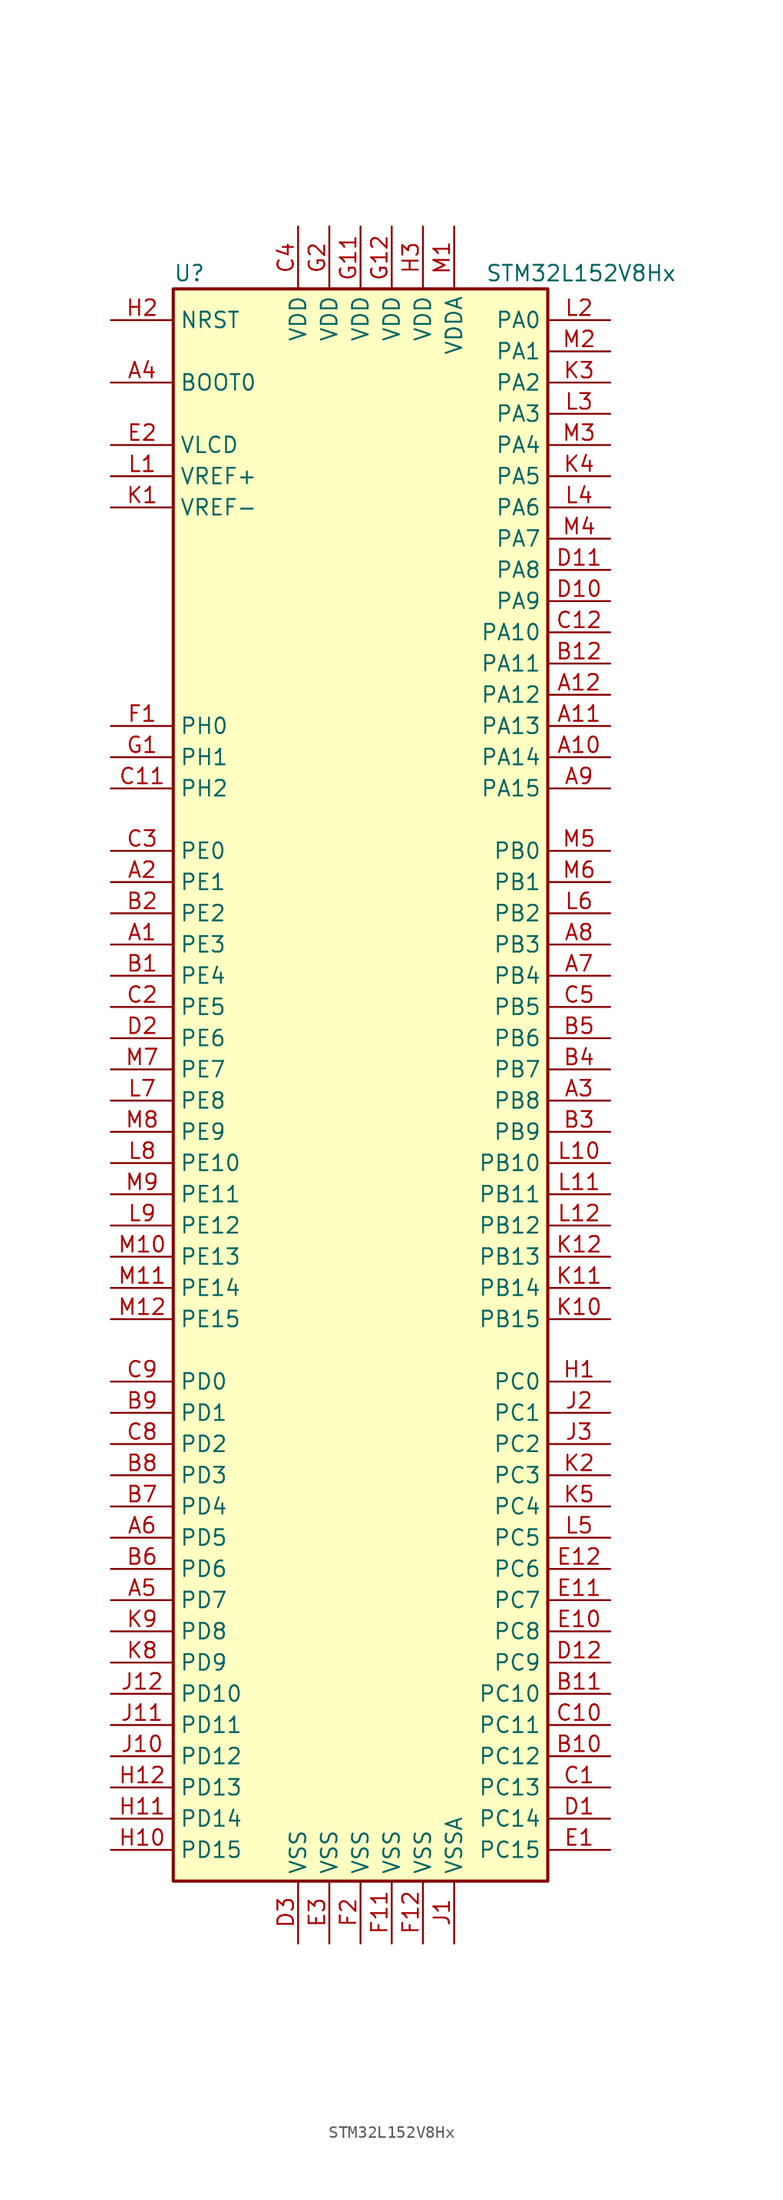
<source format=kicad_sym>
(kicad_symbol_lib
  (version 20201005)
  (generator kicad_symbol_editor)
  (symbol "MCU_ST_STM32L1:STM32L152V8Hx"
    (property "Reference" "U"
      (at -15.24 64.77 0)
      (effects (font (size 1.27 1.27)) (justify left)))
    (property "Value" "STM32L152V8Hx"
      (at 10.16 64.77 0)
      (effects (font (size 1.27 1.27)) (justify left)))
    (symbol "STM32L152V8Hx_0_1"
      (rectangle (start -15.24 -66.04) (end 15.24 63.5) (stroke (width 0.254)) (fill (type background))))
    (symbol "STM32L152V8Hx_1_1"
      (pin input line (at -20.32 55.88 0) (length 5.08) (name "BOOT0" (effects (font (size 1.27 1.27)))) (number "A4" (effects (font (size 1.27 1.27)))))
      (pin input line (at -20.32 60.96 0) (length 5.08) (name "NRST" (effects (font (size 1.27 1.27)))) (number "H2" (effects (font (size 1.27 1.27)))))
      (pin bidirectional line (at 20.32 60.96 180) (length 5.08) (name "PA0" (effects (font (size 1.27 1.27)))) (number "L2" (effects (font (size 1.27 1.27)))))
      (pin bidirectional line (at 20.32 58.42 180) (length 5.08) (name "PA1" (effects (font (size 1.27 1.27)))) (number "M2" (effects (font (size 1.27 1.27)))))
      (pin bidirectional line (at 20.32 35.56 180) (length 5.08) (name "PA10" (effects (font (size 1.27 1.27)))) (number "C12" (effects (font (size 1.27 1.27)))))
      (pin bidirectional line (at 20.32 33.02 180) (length 5.08) (name "PA11" (effects (font (size 1.27 1.27)))) (number "B12" (effects (font (size 1.27 1.27)))))
      (pin bidirectional line (at 20.32 30.48 180) (length 5.08) (name "PA12" (effects (font (size 1.27 1.27)))) (number "A12" (effects (font (size 1.27 1.27)))))
      (pin bidirectional line (at 20.32 27.94 180) (length 5.08) (name "PA13" (effects (font (size 1.27 1.27)))) (number "A11" (effects (font (size 1.27 1.27)))))
      (pin bidirectional line (at 20.32 25.4 180) (length 5.08) (name "PA14" (effects (font (size 1.27 1.27)))) (number "A10" (effects (font (size 1.27 1.27)))))
      (pin bidirectional line (at 20.32 22.86 180) (length 5.08) (name "PA15" (effects (font (size 1.27 1.27)))) (number "A9" (effects (font (size 1.27 1.27)))))
      (pin bidirectional line (at 20.32 55.88 180) (length 5.08) (name "PA2" (effects (font (size 1.27 1.27)))) (number "K3" (effects (font (size 1.27 1.27)))))
      (pin bidirectional line (at 20.32 53.34 180) (length 5.08) (name "PA3" (effects (font (size 1.27 1.27)))) (number "L3" (effects (font (size 1.27 1.27)))))
      (pin bidirectional line (at 20.32 50.8 180) (length 5.08) (name "PA4" (effects (font (size 1.27 1.27)))) (number "M3" (effects (font (size 1.27 1.27)))))
      (pin bidirectional line (at 20.32 48.26 180) (length 5.08) (name "PA5" (effects (font (size 1.27 1.27)))) (number "K4" (effects (font (size 1.27 1.27)))))
      (pin bidirectional line (at 20.32 45.72 180) (length 5.08) (name "PA6" (effects (font (size 1.27 1.27)))) (number "L4" (effects (font (size 1.27 1.27)))))
      (pin bidirectional line (at 20.32 43.18 180) (length 5.08) (name "PA7" (effects (font (size 1.27 1.27)))) (number "M4" (effects (font (size 1.27 1.27)))))
      (pin bidirectional line (at 20.32 40.64 180) (length 5.08) (name "PA8" (effects (font (size 1.27 1.27)))) (number "D11" (effects (font (size 1.27 1.27)))))
      (pin bidirectional line (at 20.32 38.1 180) (length 5.08) (name "PA9" (effects (font (size 1.27 1.27)))) (number "D10" (effects (font (size 1.27 1.27)))))
      (pin bidirectional line (at 20.32 17.78 180) (length 5.08) (name "PB0" (effects (font (size 1.27 1.27)))) (number "M5" (effects (font (size 1.27 1.27)))))
      (pin bidirectional line (at 20.32 15.24 180) (length 5.08) (name "PB1" (effects (font (size 1.27 1.27)))) (number "M6" (effects (font (size 1.27 1.27)))))
      (pin bidirectional line (at 20.32 -7.62 180) (length 5.08) (name "PB10" (effects (font (size 1.27 1.27)))) (number "L10" (effects (font (size 1.27 1.27)))))
      (pin bidirectional line (at 20.32 -10.16 180) (length 5.08) (name "PB11" (effects (font (size 1.27 1.27)))) (number "L11" (effects (font (size 1.27 1.27)))))
      (pin bidirectional line (at 20.32 -12.7 180) (length 5.08) (name "PB12" (effects (font (size 1.27 1.27)))) (number "L12" (effects (font (size 1.27 1.27)))))
      (pin bidirectional line (at 20.32 -15.24 180) (length 5.08) (name "PB13" (effects (font (size 1.27 1.27)))) (number "K12" (effects (font (size 1.27 1.27)))))
      (pin bidirectional line (at 20.32 -17.78 180) (length 5.08) (name "PB14" (effects (font (size 1.27 1.27)))) (number "K11" (effects (font (size 1.27 1.27)))))
      (pin bidirectional line (at 20.32 -20.32 180) (length 5.08) (name "PB15" (effects (font (size 1.27 1.27)))) (number "K10" (effects (font (size 1.27 1.27)))))
      (pin bidirectional line (at 20.32 12.7 180) (length 5.08) (name "PB2" (effects (font (size 1.27 1.27)))) (number "L6" (effects (font (size 1.27 1.27)))))
      (pin bidirectional line (at 20.32 10.16 180) (length 5.08) (name "PB3" (effects (font (size 1.27 1.27)))) (number "A8" (effects (font (size 1.27 1.27)))))
      (pin bidirectional line (at 20.32 7.62 180) (length 5.08) (name "PB4" (effects (font (size 1.27 1.27)))) (number "A7" (effects (font (size 1.27 1.27)))))
      (pin bidirectional line (at 20.32 5.08 180) (length 5.08) (name "PB5" (effects (font (size 1.27 1.27)))) (number "C5" (effects (font (size 1.27 1.27)))))
      (pin bidirectional line (at 20.32 2.54 180) (length 5.08) (name "PB6" (effects (font (size 1.27 1.27)))) (number "B5" (effects (font (size 1.27 1.27)))))
      (pin bidirectional line (at 20.32 0 180) (length 5.08) (name "PB7" (effects (font (size 1.27 1.27)))) (number "B4" (effects (font (size 1.27 1.27)))))
      (pin bidirectional line (at 20.32 -2.54 180) (length 5.08) (name "PB8" (effects (font (size 1.27 1.27)))) (number "A3" (effects (font (size 1.27 1.27)))))
      (pin bidirectional line (at 20.32 -5.08 180) (length 5.08) (name "PB9" (effects (font (size 1.27 1.27)))) (number "B3" (effects (font (size 1.27 1.27)))))
      (pin bidirectional line (at 20.32 -25.4 180) (length 5.08) (name "PC0" (effects (font (size 1.27 1.27)))) (number "H1" (effects (font (size 1.27 1.27)))))
      (pin bidirectional line (at 20.32 -27.94 180) (length 5.08) (name "PC1" (effects (font (size 1.27 1.27)))) (number "J2" (effects (font (size 1.27 1.27)))))
      (pin bidirectional line (at 20.32 -50.8 180) (length 5.08) (name "PC10" (effects (font (size 1.27 1.27)))) (number "B11" (effects (font (size 1.27 1.27)))))
      (pin bidirectional line (at 20.32 -53.34 180) (length 5.08) (name "PC11" (effects (font (size 1.27 1.27)))) (number "C10" (effects (font (size 1.27 1.27)))))
      (pin bidirectional line (at 20.32 -55.88 180) (length 5.08) (name "PC12" (effects (font (size 1.27 1.27)))) (number "B10" (effects (font (size 1.27 1.27)))))
      (pin bidirectional line (at 20.32 -58.42 180) (length 5.08) (name "PC13" (effects (font (size 1.27 1.27)))) (number "C1" (effects (font (size 1.27 1.27)))))
      (pin bidirectional line (at 20.32 -60.96 180) (length 5.08) (name "PC14" (effects (font (size 1.27 1.27)))) (number "D1" (effects (font (size 1.27 1.27)))))
      (pin bidirectional line (at 20.32 -63.5 180) (length 5.08) (name "PC15" (effects (font (size 1.27 1.27)))) (number "E1" (effects (font (size 1.27 1.27)))))
      (pin bidirectional line (at 20.32 -30.48 180) (length 5.08) (name "PC2" (effects (font (size 1.27 1.27)))) (number "J3" (effects (font (size 1.27 1.27)))))
      (pin bidirectional line (at 20.32 -33.02 180) (length 5.08) (name "PC3" (effects (font (size 1.27 1.27)))) (number "K2" (effects (font (size 1.27 1.27)))))
      (pin bidirectional line (at 20.32 -35.56 180) (length 5.08) (name "PC4" (effects (font (size 1.27 1.27)))) (number "K5" (effects (font (size 1.27 1.27)))))
      (pin bidirectional line (at 20.32 -38.1 180) (length 5.08) (name "PC5" (effects (font (size 1.27 1.27)))) (number "L5" (effects (font (size 1.27 1.27)))))
      (pin bidirectional line (at 20.32 -40.64 180) (length 5.08) (name "PC6" (effects (font (size 1.27 1.27)))) (number "E12" (effects (font (size 1.27 1.27)))))
      (pin bidirectional line (at 20.32 -43.18 180) (length 5.08) (name "PC7" (effects (font (size 1.27 1.27)))) (number "E11" (effects (font (size 1.27 1.27)))))
      (pin bidirectional line (at 20.32 -45.72 180) (length 5.08) (name "PC8" (effects (font (size 1.27 1.27)))) (number "E10" (effects (font (size 1.27 1.27)))))
      (pin bidirectional line (at 20.32 -48.26 180) (length 5.08) (name "PC9" (effects (font (size 1.27 1.27)))) (number "D12" (effects (font (size 1.27 1.27)))))
      (pin bidirectional line (at -20.32 -25.4 0) (length 5.08) (name "PD0" (effects (font (size 1.27 1.27)))) (number "C9" (effects (font (size 1.27 1.27)))))
      (pin bidirectional line (at -20.32 -27.94 0) (length 5.08) (name "PD1" (effects (font (size 1.27 1.27)))) (number "B9" (effects (font (size 1.27 1.27)))))
      (pin bidirectional line (at -20.32 -50.8 0) (length 5.08) (name "PD10" (effects (font (size 1.27 1.27)))) (number "J12" (effects (font (size 1.27 1.27)))))
      (pin bidirectional line (at -20.32 -53.34 0) (length 5.08) (name "PD11" (effects (font (size 1.27 1.27)))) (number "J11" (effects (font (size 1.27 1.27)))))
      (pin bidirectional line (at -20.32 -55.88 0) (length 5.08) (name "PD12" (effects (font (size 1.27 1.27)))) (number "J10" (effects (font (size 1.27 1.27)))))
      (pin bidirectional line (at -20.32 -58.42 0) (length 5.08) (name "PD13" (effects (font (size 1.27 1.27)))) (number "H12" (effects (font (size 1.27 1.27)))))
      (pin bidirectional line (at -20.32 -60.96 0) (length 5.08) (name "PD14" (effects (font (size 1.27 1.27)))) (number "H11" (effects (font (size 1.27 1.27)))))
      (pin bidirectional line (at -20.32 -63.5 0) (length 5.08) (name "PD15" (effects (font (size 1.27 1.27)))) (number "H10" (effects (font (size 1.27 1.27)))))
      (pin bidirectional line (at -20.32 -30.48 0) (length 5.08) (name "PD2" (effects (font (size 1.27 1.27)))) (number "C8" (effects (font (size 1.27 1.27)))))
      (pin bidirectional line (at -20.32 -33.02 0) (length 5.08) (name "PD3" (effects (font (size 1.27 1.27)))) (number "B8" (effects (font (size 1.27 1.27)))))
      (pin bidirectional line (at -20.32 -35.56 0) (length 5.08) (name "PD4" (effects (font (size 1.27 1.27)))) (number "B7" (effects (font (size 1.27 1.27)))))
      (pin bidirectional line (at -20.32 -38.1 0) (length 5.08) (name "PD5" (effects (font (size 1.27 1.27)))) (number "A6" (effects (font (size 1.27 1.27)))))
      (pin bidirectional line (at -20.32 -40.64 0) (length 5.08) (name "PD6" (effects (font (size 1.27 1.27)))) (number "B6" (effects (font (size 1.27 1.27)))))
      (pin bidirectional line (at -20.32 -43.18 0) (length 5.08) (name "PD7" (effects (font (size 1.27 1.27)))) (number "A5" (effects (font (size 1.27 1.27)))))
      (pin bidirectional line (at -20.32 -45.72 0) (length 5.08) (name "PD8" (effects (font (size 1.27 1.27)))) (number "K9" (effects (font (size 1.27 1.27)))))
      (pin bidirectional line (at -20.32 -48.26 0) (length 5.08) (name "PD9" (effects (font (size 1.27 1.27)))) (number "K8" (effects (font (size 1.27 1.27)))))
      (pin bidirectional line (at -20.32 17.78 0) (length 5.08) (name "PE0" (effects (font (size 1.27 1.27)))) (number "C3" (effects (font (size 1.27 1.27)))))
      (pin bidirectional line (at -20.32 15.24 0) (length 5.08) (name "PE1" (effects (font (size 1.27 1.27)))) (number "A2" (effects (font (size 1.27 1.27)))))
      (pin bidirectional line (at -20.32 -7.62 0) (length 5.08) (name "PE10" (effects (font (size 1.27 1.27)))) (number "L8" (effects (font (size 1.27 1.27)))))
      (pin bidirectional line (at -20.32 -10.16 0) (length 5.08) (name "PE11" (effects (font (size 1.27 1.27)))) (number "M9" (effects (font (size 1.27 1.27)))))
      (pin bidirectional line (at -20.32 -12.7 0) (length 5.08) (name "PE12" (effects (font (size 1.27 1.27)))) (number "L9" (effects (font (size 1.27 1.27)))))
      (pin bidirectional line (at -20.32 -15.24 0) (length 5.08) (name "PE13" (effects (font (size 1.27 1.27)))) (number "M10" (effects (font (size 1.27 1.27)))))
      (pin bidirectional line (at -20.32 -17.78 0) (length 5.08) (name "PE14" (effects (font (size 1.27 1.27)))) (number "M11" (effects (font (size 1.27 1.27)))))
      (pin bidirectional line (at -20.32 -20.32 0) (length 5.08) (name "PE15" (effects (font (size 1.27 1.27)))) (number "M12" (effects (font (size 1.27 1.27)))))
      (pin bidirectional line (at -20.32 12.7 0) (length 5.08) (name "PE2" (effects (font (size 1.27 1.27)))) (number "B2" (effects (font (size 1.27 1.27)))))
      (pin bidirectional line (at -20.32 10.16 0) (length 5.08) (name "PE3" (effects (font (size 1.27 1.27)))) (number "A1" (effects (font (size 1.27 1.27)))))
      (pin bidirectional line (at -20.32 7.62 0) (length 5.08) (name "PE4" (effects (font (size 1.27 1.27)))) (number "B1" (effects (font (size 1.27 1.27)))))
      (pin bidirectional line (at -20.32 5.08 0) (length 5.08) (name "PE5" (effects (font (size 1.27 1.27)))) (number "C2" (effects (font (size 1.27 1.27)))))
      (pin bidirectional line (at -20.32 2.54 0) (length 5.08) (name "PE6" (effects (font (size 1.27 1.27)))) (number "D2" (effects (font (size 1.27 1.27)))))
      (pin bidirectional line (at -20.32 0 0) (length 5.08) (name "PE7" (effects (font (size 1.27 1.27)))) (number "M7" (effects (font (size 1.27 1.27)))))
      (pin bidirectional line (at -20.32 -2.54 0) (length 5.08) (name "PE8" (effects (font (size 1.27 1.27)))) (number "L7" (effects (font (size 1.27 1.27)))))
      (pin bidirectional line (at -20.32 -5.08 0) (length 5.08) (name "PE9" (effects (font (size 1.27 1.27)))) (number "M8" (effects (font (size 1.27 1.27)))))
      (pin input line (at -20.32 27.94 0) (length 5.08) (name "PH0" (effects (font (size 1.27 1.27)))) (number "F1" (effects (font (size 1.27 1.27)))))
      (pin input line (at -20.32 25.4 0) (length 5.08) (name "PH1" (effects (font (size 1.27 1.27)))) (number "G1" (effects (font (size 1.27 1.27)))))
      (pin bidirectional line (at -20.32 22.86 0) (length 5.08) (name "PH2" (effects (font (size 1.27 1.27)))) (number "C11" (effects (font (size 1.27 1.27)))))
      (pin power_in line (at -5.08 68.58 270) (length 5.08) (name "VDD" (effects (font (size 1.27 1.27)))) (number "C4" (effects (font (size 1.27 1.27)))))
      (pin power_in line (at 0 68.58 270) (length 5.08) (name "VDD" (effects (font (size 1.27 1.27)))) (number "G11" (effects (font (size 1.27 1.27)))))
      (pin power_in line (at 2.54 68.58 270) (length 5.08) (name "VDD" (effects (font (size 1.27 1.27)))) (number "G12" (effects (font (size 1.27 1.27)))))
      (pin power_in line (at -2.54 68.58 270) (length 5.08) (name "VDD" (effects (font (size 1.27 1.27)))) (number "G2" (effects (font (size 1.27 1.27)))))
      (pin power_in line (at 5.08 68.58 270) (length 5.08) (name "VDD" (effects (font (size 1.27 1.27)))) (number "H3" (effects (font (size 1.27 1.27)))))
      (pin power_in line (at 7.62 68.58 270) (length 5.08) (name "VDDA" (effects (font (size 1.27 1.27)))) (number "M1" (effects (font (size 1.27 1.27)))))
      (pin power_in line (at -20.32 50.8 0) (length 5.08) (name "VLCD" (effects (font (size 1.27 1.27)))) (number "E2" (effects (font (size 1.27 1.27)))))
      (pin power_in line (at -20.32 48.26 0) (length 5.08) (name "VREF+" (effects (font (size 1.27 1.27)))) (number "L1" (effects (font (size 1.27 1.27)))))
      (pin power_in line (at -20.32 45.72 0) (length 5.08) (name "VREF-" (effects (font (size 1.27 1.27)))) (number "K1" (effects (font (size 1.27 1.27)))))
      (pin power_in line (at -5.08 -71.12 90) (length 5.08) (name "VSS" (effects (font (size 1.27 1.27)))) (number "D3" (effects (font (size 1.27 1.27)))))
      (pin power_in line (at -2.54 -71.12 90) (length 5.08) (name "VSS" (effects (font (size 1.27 1.27)))) (number "E3" (effects (font (size 1.27 1.27)))))
      (pin power_in line (at 2.54 -71.12 90) (length 5.08) (name "VSS" (effects (font (size 1.27 1.27)))) (number "F11" (effects (font (size 1.27 1.27)))))
      (pin power_in line (at 5.08 -71.12 90) (length 5.08) (name "VSS" (effects (font (size 1.27 1.27)))) (number "F12" (effects (font (size 1.27 1.27)))))
      (pin power_in line (at 0 -71.12 90) (length 5.08) (name "VSS" (effects (font (size 1.27 1.27)))) (number "F2" (effects (font (size 1.27 1.27)))))
      (pin power_in line (at 7.62 -71.12 90) (length 5.08) (name "VSSA" (effects (font (size 1.27 1.27)))) (number "J1" (effects (font (size 1.27 1.27))))))))
</source>
